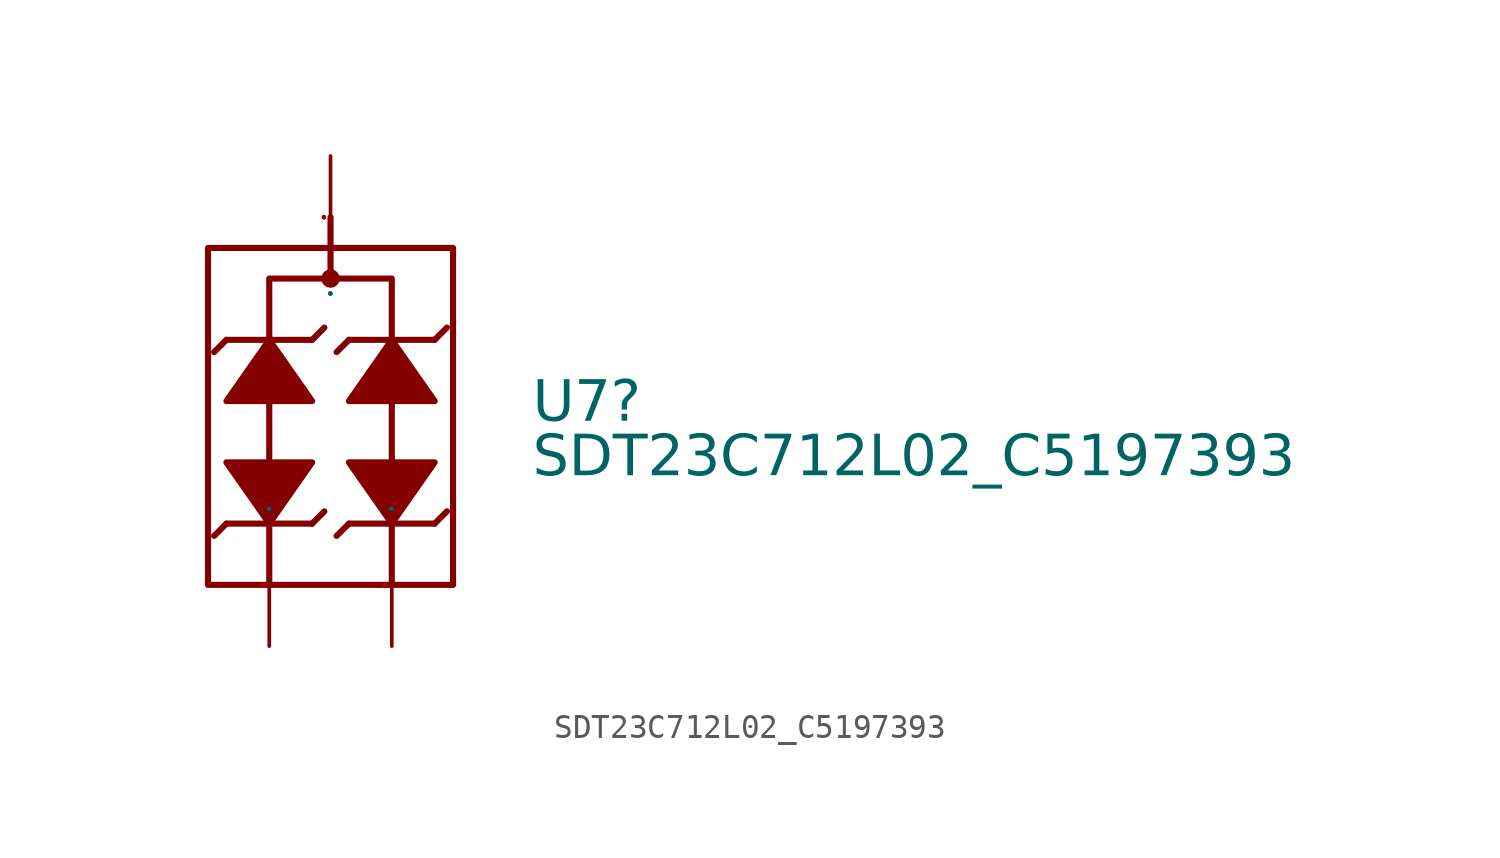
<source format=kicad_sym>
(kicad_symbol_lib
  (version 20241209)
  (generator "kicad_symbol_editor")
  (generator_version "9.0")
  (symbol "SDT23C712L02_C5197393"
    (property "Reference" "U7"
      (at 8.382 2.146 0)
      (effects (font (face "Arial") (size 1.689 1.689)) (justify left top)))
    (property "Value" "SDT23C712L02_C5197393"
      (at 8.382 -0.114 0)
      (effects (font (face "Arial") (size 1.689 1.689)) (justify left top)))
    (symbol "SDT23C712L02_C5197393_0_0"
      (rectangle (start -5.08 7.62) (end 5.08 -6.35) (stroke (width 0.254) (type solid)) (fill (type none)))
      (polyline (pts (xy -4.318 3.81) (xy -4.826 3.302)) (stroke (width 0.254) (type solid)) (fill (type none)))
      (polyline (pts (xy -4.318 -1.27) (xy -2.54 -3.81) (xy -0.762 -1.27) (xy -4.318 -1.27)) (stroke (width 0.254) (type solid)) (fill (type outline)))
      (polyline (pts (xy -4.318 -3.81) (xy -4.826 -4.318)) (stroke (width 0.254) (type solid)) (fill (type none)))
      (polyline (pts (xy -4.318 -3.81) (xy -0.762 -3.81)) (stroke (width 0.254) (type solid)) (fill (type none)))
      (polyline (pts (xy -2.54 3.81) (xy -2.54 6.35) (xy 2.54 6.35) (xy 2.54 3.81)) (stroke (width 0.254) (type solid)) (fill (type none)))
      (polyline (pts (xy -2.54 1.27) (xy -2.54 -1.27)) (stroke (width 0.254) (type solid)) (fill (type none)))
      (polyline (pts (xy -2.54 -3.81) (xy -2.54 -6.35)) (stroke (width 0.254) (type solid)) (fill (type none)))
      (polyline (pts (xy -0.762 3.81) (xy -4.318 3.81)) (stroke (width 0.254) (type solid)) (fill (type none)))
      (polyline (pts (xy -0.762 3.81) (xy -0.254 4.318)) (stroke (width 0.254) (type solid)) (fill (type none)))
      (polyline (pts (xy -0.762 1.27) (xy -2.54 3.81) (xy -4.318 1.27) (xy -0.762 1.27)) (stroke (width 0.254) (type solid)) (fill (type outline)))
      (polyline (pts (xy -0.762 -3.81) (xy -0.254 -3.302)) (stroke (width 0.254) (type solid)) (fill (type none)))
      (circle (center 0 6.35) (radius 0.254) (stroke (width 0.254) (type solid)) (fill (type none)))
      (polyline (pts (xy 0 6.35) (xy 0 8.89)) (stroke (width 0.254) (type solid)) (fill (type none)))
      (polyline (pts (xy 0.762 3.81) (xy 0.254 3.302)) (stroke (width 0.254) (type solid)) (fill (type none)))
      (polyline (pts (xy 0.762 -1.27) (xy 2.54 -3.81) (xy 4.318 -1.27) (xy 0.762 -1.27)) (stroke (width 0.254) (type solid)) (fill (type outline)))
      (polyline (pts (xy 0.762 -3.81) (xy 0.254 -4.318)) (stroke (width 0.254) (type solid)) (fill (type none)))
      (polyline (pts (xy 0.762 -3.81) (xy 4.318 -3.81)) (stroke (width 0.254) (type solid)) (fill (type none)))
      (polyline (pts (xy 2.54 1.27) (xy 2.54 -1.27)) (stroke (width 0.254) (type solid)) (fill (type none)))
      (polyline (pts (xy 2.54 -3.81) (xy 2.54 -6.35)) (stroke (width 0.254) (type solid)) (fill (type none)))
      (polyline (pts (xy 4.318 3.81) (xy 0.762 3.81)) (stroke (width 0.254) (type solid)) (fill (type none)))
      (polyline (pts (xy 4.318 3.81) (xy 4.826 4.318)) (stroke (width 0.254) (type solid)) (fill (type none)))
      (polyline (pts (xy 4.318 1.27) (xy 2.54 3.81) (xy 0.762 1.27) (xy 4.318 1.27)) (stroke (width 0.254) (type solid)) (fill (type outline)))
      (polyline (pts (xy 4.318 -3.81) (xy 4.826 -3.302)) (stroke (width 0.254) (type solid)) (fill (type none)))
      (pin passive line (at -2.54 -8.89 90) (length 5.08) (name "1" (effects (font (size 0.025 0.025)))) (number "1" (effects (font (size 0.025 0.025)))))
      (pin passive line (at 0 11.43 270) (length 5.08) (name "3" (effects (font (size 0.025 0.025)))) (number "3" (effects (font (size 0.025 0.025)))))
      (pin passive line (at 2.54 -8.89 90) (length 5.08) (name "2" (effects (font (size 0.025 0.025)))) (number "2" (effects (font (size 0.025 0.025))))))))
</source>
